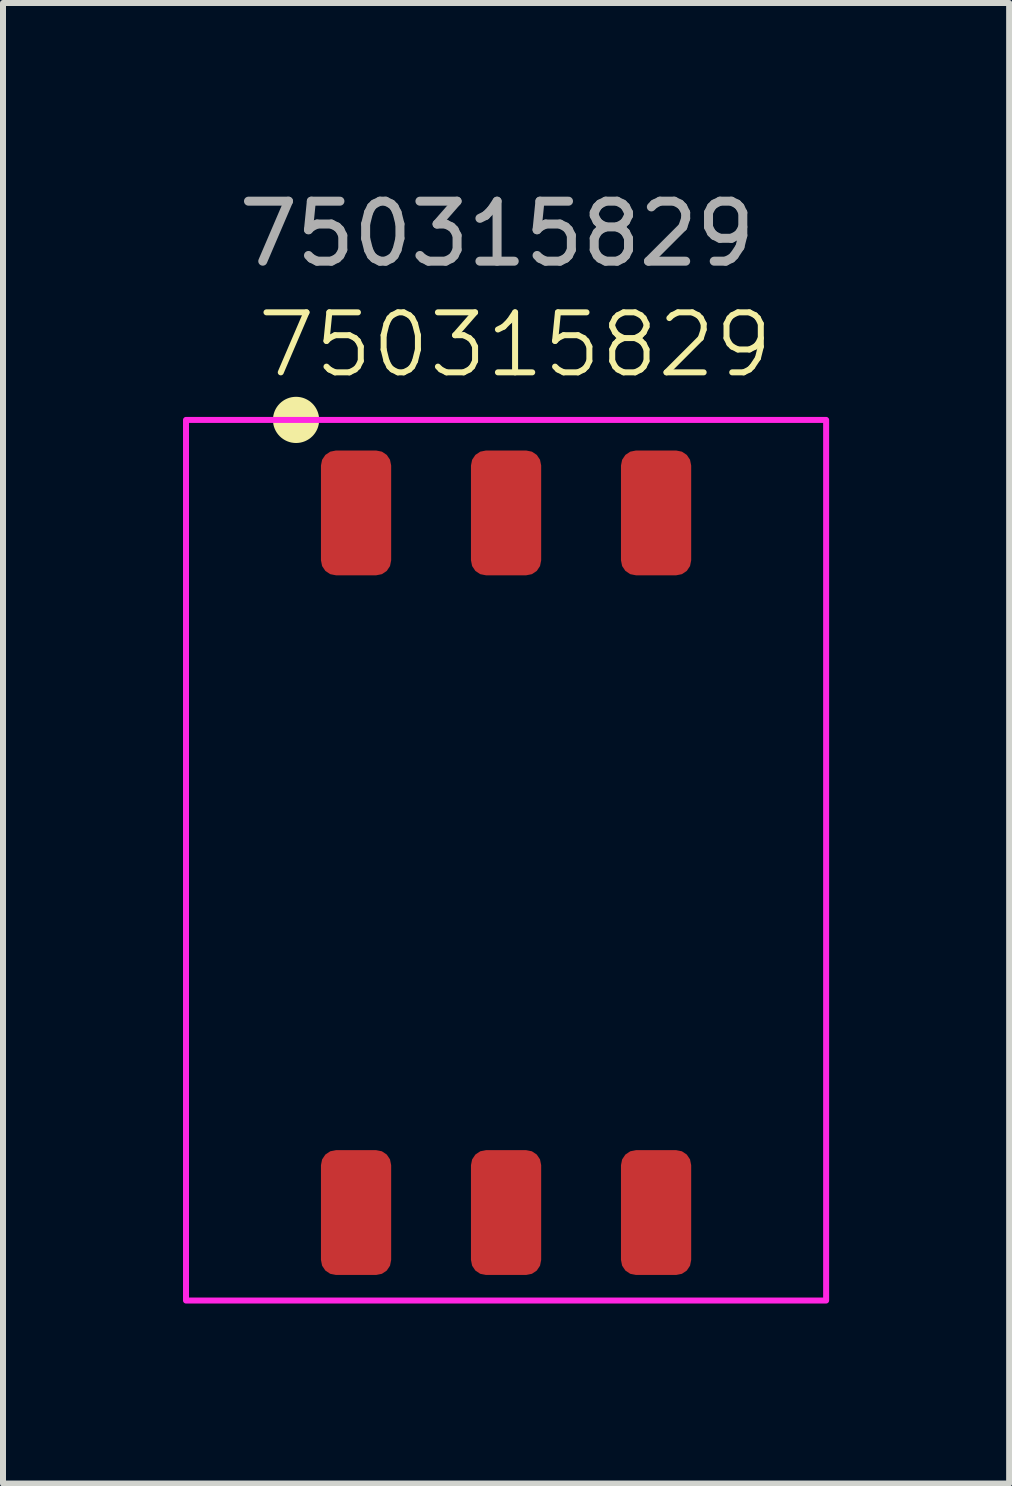
<source format=kicad_pcb>
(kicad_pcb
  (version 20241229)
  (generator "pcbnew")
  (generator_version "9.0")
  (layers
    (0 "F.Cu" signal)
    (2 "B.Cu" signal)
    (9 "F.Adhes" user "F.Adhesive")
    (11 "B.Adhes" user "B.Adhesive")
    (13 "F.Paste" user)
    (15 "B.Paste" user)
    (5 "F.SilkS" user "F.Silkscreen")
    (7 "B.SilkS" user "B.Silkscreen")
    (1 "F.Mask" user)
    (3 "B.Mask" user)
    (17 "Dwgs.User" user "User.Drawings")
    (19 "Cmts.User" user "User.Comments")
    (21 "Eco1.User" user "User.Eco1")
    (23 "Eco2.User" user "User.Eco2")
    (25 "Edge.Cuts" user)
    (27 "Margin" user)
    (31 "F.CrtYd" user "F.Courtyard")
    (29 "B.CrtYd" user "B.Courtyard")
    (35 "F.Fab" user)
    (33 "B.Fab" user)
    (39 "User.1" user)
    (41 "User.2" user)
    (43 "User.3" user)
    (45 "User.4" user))
  (footprint "750315829"
    (layer "F.Cu")
    (at 5.384 11.328)
    (property "Reference" "750315829" (at 0.15 -8.63 0) (unlocked yes) (layer "F.SilkS") (effects (font (size 1 1) (thickness 0.1))))
    (attr smd)
    (fp_circle (center -3.5 -7.38) (end -3.165 -7.38) (stroke (width 0.1) (type solid)) (fill yes) (layer "F.SilkS"))
    (fp_rect (start -5.334 -7.38) (end 5.334 7.296) (stroke (width 0.1) (type default)) (fill no) (layer "F.CrtYd"))
    (fp_text user "${REFERENCE}" (at -0.15 -10.48 0) (unlocked yes) (layer "F.Fab") (effects (font (size 1 1) (thickness 0.15))))
    (pad "1" smd roundrect (at -2.5 -5.83 180) (size 1.17 2.08) (layers "F.Cu" "F.Mask" "F.Paste") (roundrect_rratio 0.214))
    (pad "2" smd roundrect (at 0 -5.83 180) (size 1.17 2.08) (layers "F.Cu" "F.Mask" "F.Paste") (roundrect_rratio 0.214))
    (pad "3" smd roundrect (at 2.5 -5.83 180) (size 1.17 2.08) (layers "F.Cu" "F.Mask" "F.Paste") (roundrect_rratio 0.214))
    (pad "4" smd roundrect (at -2.5 5.83 180) (size 1.17 2.08) (layers "F.Cu" "F.Mask" "F.Paste") (roundrect_rratio 0.214))
    (pad "5" smd roundrect (at 0 5.83 180) (size 1.17 2.08) (layers "F.Cu" "F.Mask" "F.Paste") (roundrect_rratio 0.214))
    (pad "6" smd roundrect (at 2.5 5.83 180) (size 1.17 2.08) (layers "F.Cu" "F.Mask" "F.Paste") (roundrect_rratio 0.214)))
  (gr_rect
    (start -3 -3)
    (end 13.768 21.674)
    (stroke (width 0.1) (type default))
    (fill no)
    (layer "Edge.Cuts")))
</source>
